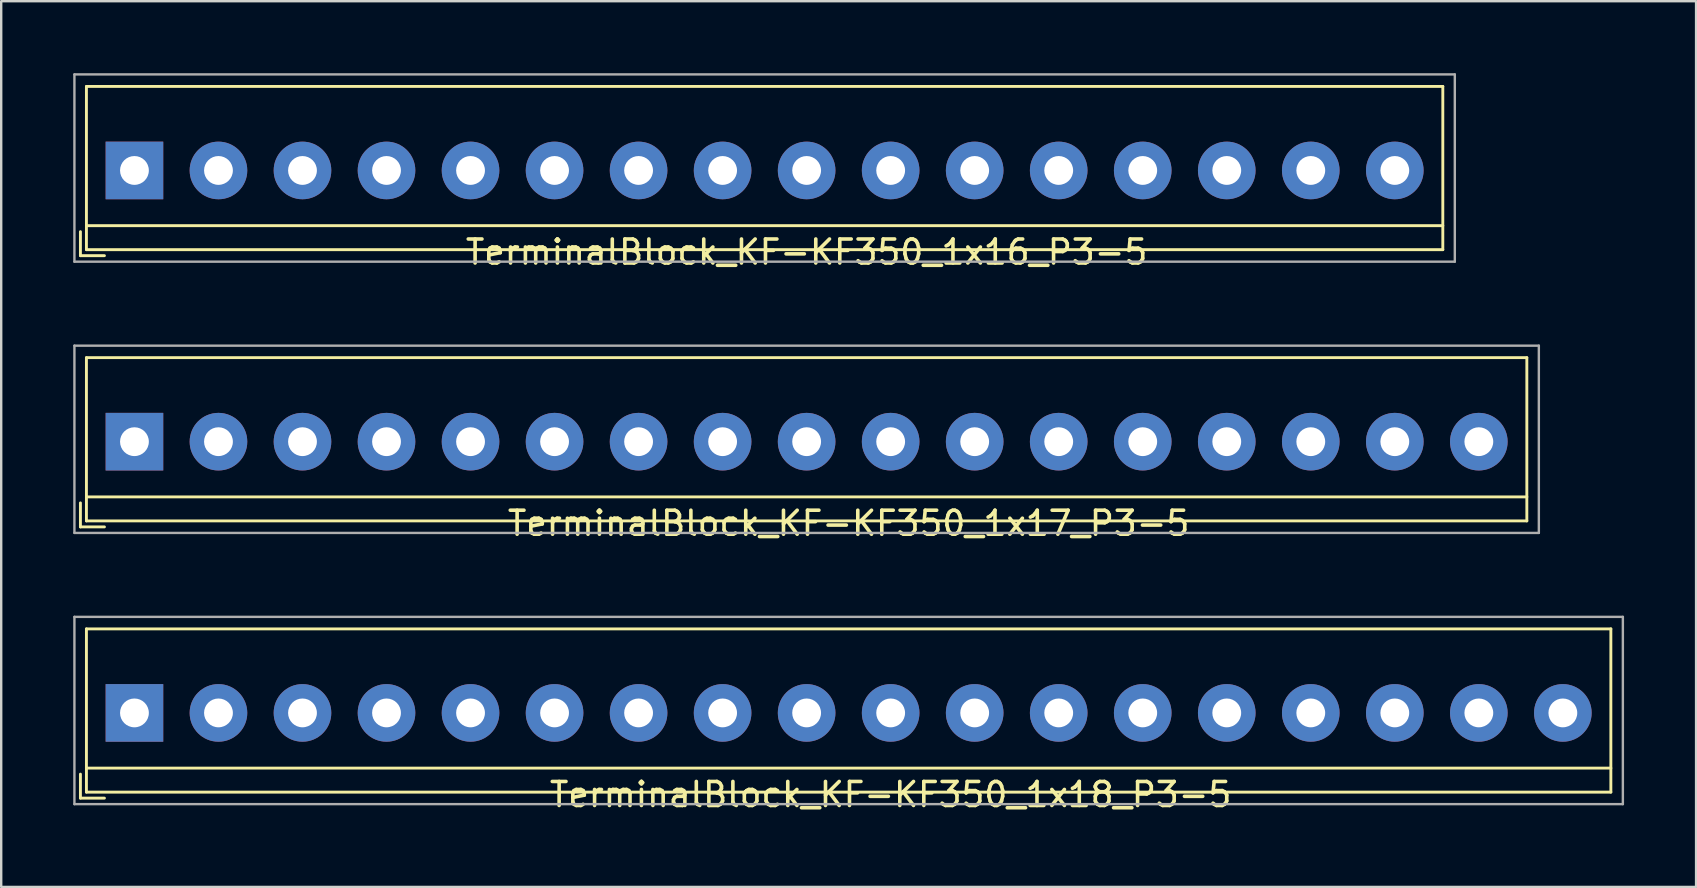
<source format=kicad_pcb>
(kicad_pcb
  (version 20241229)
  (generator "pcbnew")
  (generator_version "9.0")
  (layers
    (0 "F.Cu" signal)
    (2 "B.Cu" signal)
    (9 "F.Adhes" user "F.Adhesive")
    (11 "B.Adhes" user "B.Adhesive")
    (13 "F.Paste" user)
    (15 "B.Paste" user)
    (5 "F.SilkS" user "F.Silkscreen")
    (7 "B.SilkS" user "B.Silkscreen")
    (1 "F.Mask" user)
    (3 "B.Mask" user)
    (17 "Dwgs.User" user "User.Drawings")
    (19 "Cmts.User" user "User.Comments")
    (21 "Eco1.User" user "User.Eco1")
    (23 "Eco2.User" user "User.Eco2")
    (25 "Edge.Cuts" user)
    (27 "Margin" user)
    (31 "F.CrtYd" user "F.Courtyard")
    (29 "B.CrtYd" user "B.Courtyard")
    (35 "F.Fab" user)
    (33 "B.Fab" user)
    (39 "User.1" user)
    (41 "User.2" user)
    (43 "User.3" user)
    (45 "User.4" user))
  (footprint "TerminalBlock_KF-KF350_1x18_P3-5"
    (layer "F.Cu")
    (at 2.55 26.646)
    (property "Reference" "TerminalBlock_KF-KF350_1x18_P3-5" (at 31.5 3.4 0) (layer "F.SilkS") (effects (font (size 1 1) (thickness 0.15))))
    (attr through_hole)
    (fp_line (start -2.25 3.55) (end -2.25 2.55) (stroke (width 0.12) (type solid)) (layer "F.SilkS"))
    (fp_line (start -2.25 3.55) (end -1.25 3.55) (stroke (width 0.12) (type solid)) (layer "F.SilkS"))
    (fp_line (start -2 -3.5) (end 61.5 -3.5) (stroke (width 0.12) (type solid)) (layer "F.SilkS"))
    (fp_line (start -2 2.3) (end 61.5 2.3) (stroke (width 0.12) (type solid)) (layer "F.SilkS"))
    (fp_line (start -2 3.3) (end -2 -3.5) (stroke (width 0.12) (type solid)) (layer "F.SilkS"))
    (fp_line (start 61.5 3.3) (end -2 3.3) (stroke (width 0.12) (type solid)) (layer "F.SilkS"))
    (fp_line (start 61.5 3.3) (end 61.5 -3.5) (stroke (width 0.12) (type solid)) (layer "F.SilkS"))
    (fp_line (start -2.5 -4) (end 62 -4) (stroke (width 0.1) (type solid)) (layer "F.Fab"))
    (fp_line (start -2.5 3.8) (end -2.5 -4) (stroke (width 0.1) (type solid)) (layer "F.Fab"))
    (fp_line (start 62 3.8) (end -2.5 3.8) (stroke (width 0.1) (type solid)) (layer "F.Fab"))
    (fp_line (start 62 3.8) (end 62 -4) (stroke (width 0.1) (type solid)) (layer "F.Fab"))
    (pad "1" thru_hole rect (at 0 0) (size 2.4 2.4) (drill 1.2) (layers "*.Cu" "*.Mask"))
    (pad "2" thru_hole circle (at 3.5 0) (size 2.4 2.4) (drill 1.2) (layers "*.Cu" "*.Mask"))
    (pad "3" thru_hole circle (at 7 0) (size 2.4 2.4) (drill 1.2) (layers "*.Cu" "*.Mask"))
    (pad "4" thru_hole circle (at 10.5 0) (size 2.4 2.4) (drill 1.2) (layers "*.Cu" "*.Mask"))
    (pad "5" thru_hole circle (at 14 0) (size 2.4 2.4) (drill 1.2) (layers "*.Cu" "*.Mask"))
    (pad "6" thru_hole circle (at 17.5 0) (size 2.4 2.4) (drill 1.2) (layers "*.Cu" "*.Mask"))
    (pad "7" thru_hole circle (at 21 0) (size 2.4 2.4) (drill 1.2) (layers "*.Cu" "*.Mask"))
    (pad "8" thru_hole circle (at 24.5 0) (size 2.4 2.4) (drill 1.2) (layers "*.Cu" "*.Mask"))
    (pad "9" thru_hole circle (at 28 0) (size 2.4 2.4) (drill 1.2) (layers "*.Cu" "*.Mask"))
    (pad "10" thru_hole circle (at 31.5 0) (size 2.4 2.4) (drill 1.2) (layers "*.Cu" "*.Mask"))
    (pad "11" thru_hole circle (at 35 0) (size 2.4 2.4) (drill 1.2) (layers "*.Cu" "*.Mask"))
    (pad "12" thru_hole circle (at 38.5 0) (size 2.4 2.4) (drill 1.2) (layers "*.Cu" "*.Mask"))
    (pad "13" thru_hole circle (at 42 0) (size 2.4 2.4) (drill 1.2) (layers "*.Cu" "*.Mask"))
    (pad "14" thru_hole circle (at 45.5 0) (size 2.4 2.4) (drill 1.2) (layers "*.Cu" "*.Mask"))
    (pad "15" thru_hole circle (at 49 0) (size 2.4 2.4) (drill 1.2) (layers "*.Cu" "*.Mask"))
    (pad "16" thru_hole circle (at 52.5 0) (size 2.4 2.4) (drill 1.2) (layers "*.Cu" "*.Mask"))
    (pad "17" thru_hole circle (at 56 0) (size 2.4 2.4) (drill 1.2) (layers "*.Cu" "*.Mask"))
    (pad "18" thru_hole circle (at 59.5 0) (size 2.4 2.4) (drill 1.2) (layers "*.Cu" "*.Mask")))
  (footprint "TerminalBlock_KF-KF350_1x16_P3-5"
    (layer "F.Cu")
    (at 2.55 4.05)
    (property "Reference" "TerminalBlock_KF-KF350_1x16_P3-5" (at 28 3.4 0) (layer "F.SilkS") (effects (font (size 1 1) (thickness 0.15))))
    (attr through_hole)
    (fp_line (start -2.25 3.55) (end -2.25 2.55) (stroke (width 0.12) (type solid)) (layer "F.SilkS"))
    (fp_line (start -2.25 3.55) (end -1.25 3.55) (stroke (width 0.12) (type solid)) (layer "F.SilkS"))
    (fp_line (start -2 -3.5) (end 54.5 -3.5) (stroke (width 0.12) (type solid)) (layer "F.SilkS"))
    (fp_line (start -2 2.3) (end 54.5 2.3) (stroke (width 0.12) (type solid)) (layer "F.SilkS"))
    (fp_line (start -2 3.3) (end -2 -3.5) (stroke (width 0.12) (type solid)) (layer "F.SilkS"))
    (fp_line (start 54.5 3.3) (end -2 3.3) (stroke (width 0.12) (type solid)) (layer "F.SilkS"))
    (fp_line (start 54.5 3.3) (end 54.5 -3.5) (stroke (width 0.12) (type solid)) (layer "F.SilkS"))
    (fp_line (start -2.5 -4) (end 55 -4) (stroke (width 0.1) (type solid)) (layer "F.Fab"))
    (fp_line (start -2.5 3.8) (end -2.5 -4) (stroke (width 0.1) (type solid)) (layer "F.Fab"))
    (fp_line (start 55 3.8) (end -2.5 3.8) (stroke (width 0.1) (type solid)) (layer "F.Fab"))
    (fp_line (start 55 3.8) (end 55 -4) (stroke (width 0.1) (type solid)) (layer "F.Fab"))
    (pad "1" thru_hole rect (at 0 0) (size 2.4 2.4) (drill 1.2) (layers "*.Cu" "*.Mask"))
    (pad "2" thru_hole circle (at 3.5 0) (size 2.4 2.4) (drill 1.2) (layers "*.Cu" "*.Mask"))
    (pad "3" thru_hole circle (at 7 0) (size 2.4 2.4) (drill 1.2) (layers "*.Cu" "*.Mask"))
    (pad "4" thru_hole circle (at 10.5 0) (size 2.4 2.4) (drill 1.2) (layers "*.Cu" "*.Mask"))
    (pad "5" thru_hole circle (at 14 0) (size 2.4 2.4) (drill 1.2) (layers "*.Cu" "*.Mask"))
    (pad "6" thru_hole circle (at 17.5 0) (size 2.4 2.4) (drill 1.2) (layers "*.Cu" "*.Mask"))
    (pad "7" thru_hole circle (at 21 0) (size 2.4 2.4) (drill 1.2) (layers "*.Cu" "*.Mask"))
    (pad "8" thru_hole circle (at 24.5 0) (size 2.4 2.4) (drill 1.2) (layers "*.Cu" "*.Mask"))
    (pad "9" thru_hole circle (at 28 0) (size 2.4 2.4) (drill 1.2) (layers "*.Cu" "*.Mask"))
    (pad "10" thru_hole circle (at 31.5 0) (size 2.4 2.4) (drill 1.2) (layers "*.Cu" "*.Mask"))
    (pad "11" thru_hole circle (at 35 0) (size 2.4 2.4) (drill 1.2) (layers "*.Cu" "*.Mask"))
    (pad "12" thru_hole circle (at 38.5 0) (size 2.4 2.4) (drill 1.2) (layers "*.Cu" "*.Mask"))
    (pad "13" thru_hole circle (at 42 0) (size 2.4 2.4) (drill 1.2) (layers "*.Cu" "*.Mask"))
    (pad "14" thru_hole circle (at 45.5 0) (size 2.4 2.4) (drill 1.2) (layers "*.Cu" "*.Mask"))
    (pad "15" thru_hole circle (at 49 0) (size 2.4 2.4) (drill 1.2) (layers "*.Cu" "*.Mask"))
    (pad "16" thru_hole circle (at 52.5 0) (size 2.4 2.4) (drill 1.2) (layers "*.Cu" "*.Mask")))
  (footprint "TerminalBlock_KF-KF350_1x17_P3-5"
    (layer "F.Cu")
    (at 2.55 15.348)
    (property "Reference" "TerminalBlock_KF-KF350_1x17_P3-5" (at 29.75 3.4 0) (layer "F.SilkS") (effects (font (size 1 1) (thickness 0.15))))
    (attr through_hole)
    (fp_line (start -2.25 3.55) (end -2.25 2.55) (stroke (width 0.12) (type solid)) (layer "F.SilkS"))
    (fp_line (start -2.25 3.55) (end -1.25 3.55) (stroke (width 0.12) (type solid)) (layer "F.SilkS"))
    (fp_line (start -2 -3.5) (end 58 -3.5) (stroke (width 0.12) (type solid)) (layer "F.SilkS"))
    (fp_line (start -2 2.3) (end 58 2.3) (stroke (width 0.12) (type solid)) (layer "F.SilkS"))
    (fp_line (start -2 3.3) (end -2 -3.5) (stroke (width 0.12) (type solid)) (layer "F.SilkS"))
    (fp_line (start 58 3.3) (end -2 3.3) (stroke (width 0.12) (type solid)) (layer "F.SilkS"))
    (fp_line (start 58 3.3) (end 58 -3.5) (stroke (width 0.12) (type solid)) (layer "F.SilkS"))
    (fp_line (start -2.5 -4) (end 58.5 -4) (stroke (width 0.1) (type solid)) (layer "F.Fab"))
    (fp_line (start -2.5 3.8) (end -2.5 -4) (stroke (width 0.1) (type solid)) (layer "F.Fab"))
    (fp_line (start 58.5 3.8) (end -2.5 3.8) (stroke (width 0.1) (type solid)) (layer "F.Fab"))
    (fp_line (start 58.5 3.8) (end 58.5 -4) (stroke (width 0.1) (type solid)) (layer "F.Fab"))
    (pad "1" thru_hole rect (at 0 0) (size 2.4 2.4) (drill 1.2) (layers "*.Cu" "*.Mask"))
    (pad "2" thru_hole circle (at 3.5 0) (size 2.4 2.4) (drill 1.2) (layers "*.Cu" "*.Mask"))
    (pad "3" thru_hole circle (at 7 0) (size 2.4 2.4) (drill 1.2) (layers "*.Cu" "*.Mask"))
    (pad "4" thru_hole circle (at 10.5 0) (size 2.4 2.4) (drill 1.2) (layers "*.Cu" "*.Mask"))
    (pad "5" thru_hole circle (at 14 0) (size 2.4 2.4) (drill 1.2) (layers "*.Cu" "*.Mask"))
    (pad "6" thru_hole circle (at 17.5 0) (size 2.4 2.4) (drill 1.2) (layers "*.Cu" "*.Mask"))
    (pad "7" thru_hole circle (at 21 0) (size 2.4 2.4) (drill 1.2) (layers "*.Cu" "*.Mask"))
    (pad "8" thru_hole circle (at 24.5 0) (size 2.4 2.4) (drill 1.2) (layers "*.Cu" "*.Mask"))
    (pad "9" thru_hole circle (at 28 0) (size 2.4 2.4) (drill 1.2) (layers "*.Cu" "*.Mask"))
    (pad "10" thru_hole circle (at 31.5 0) (size 2.4 2.4) (drill 1.2) (layers "*.Cu" "*.Mask"))
    (pad "11" thru_hole circle (at 35 0) (size 2.4 2.4) (drill 1.2) (layers "*.Cu" "*.Mask"))
    (pad "12" thru_hole circle (at 38.5 0) (size 2.4 2.4) (drill 1.2) (layers "*.Cu" "*.Mask"))
    (pad "13" thru_hole circle (at 42 0) (size 2.4 2.4) (drill 1.2) (layers "*.Cu" "*.Mask"))
    (pad "14" thru_hole circle (at 45.5 0) (size 2.4 2.4) (drill 1.2) (layers "*.Cu" "*.Mask"))
    (pad "15" thru_hole circle (at 49 0) (size 2.4 2.4) (drill 1.2) (layers "*.Cu" "*.Mask"))
    (pad "16" thru_hole circle (at 52.5 0) (size 2.4 2.4) (drill 1.2) (layers "*.Cu" "*.Mask"))
    (pad "17" thru_hole circle (at 56 0) (size 2.4 2.4) (drill 1.2) (layers "*.Cu" "*.Mask")))
  (gr_rect
    (start -3 -3)
    (end 67.6 33.895)
    (stroke (width 0.1) (type default))
    (fill no)
    (layer "Edge.Cuts")))
</source>
